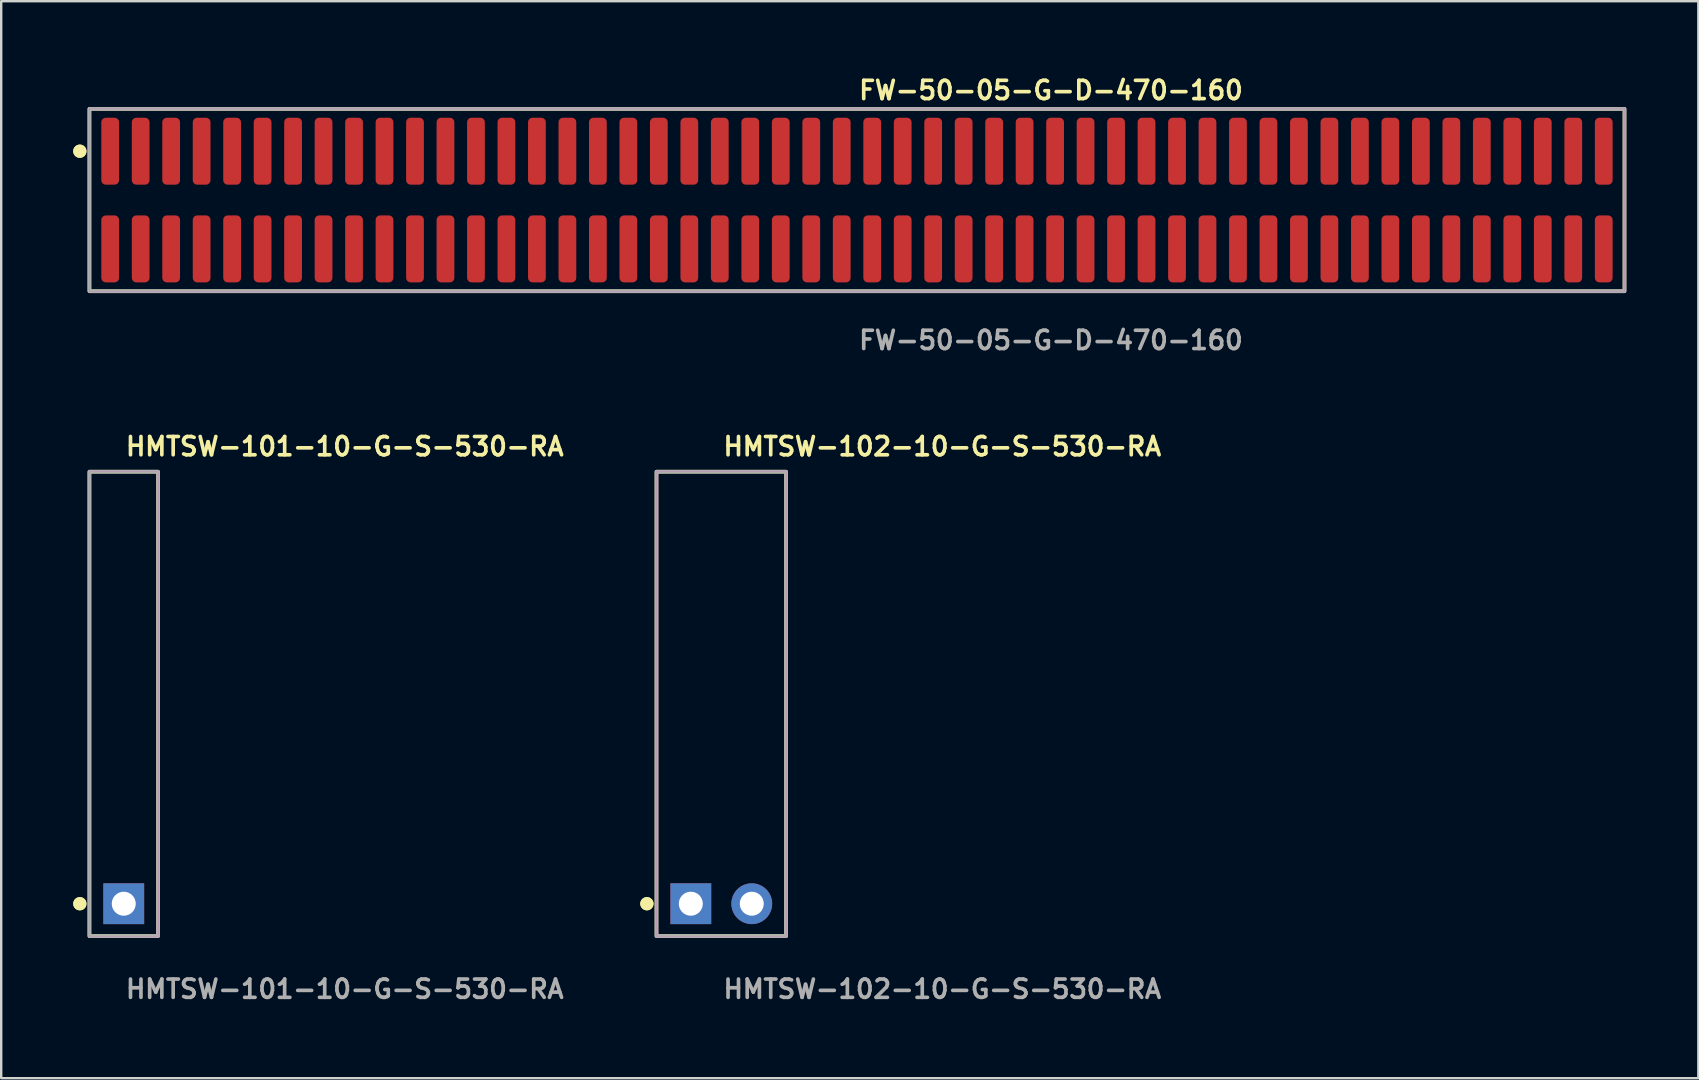
<source format=kicad_pcb>
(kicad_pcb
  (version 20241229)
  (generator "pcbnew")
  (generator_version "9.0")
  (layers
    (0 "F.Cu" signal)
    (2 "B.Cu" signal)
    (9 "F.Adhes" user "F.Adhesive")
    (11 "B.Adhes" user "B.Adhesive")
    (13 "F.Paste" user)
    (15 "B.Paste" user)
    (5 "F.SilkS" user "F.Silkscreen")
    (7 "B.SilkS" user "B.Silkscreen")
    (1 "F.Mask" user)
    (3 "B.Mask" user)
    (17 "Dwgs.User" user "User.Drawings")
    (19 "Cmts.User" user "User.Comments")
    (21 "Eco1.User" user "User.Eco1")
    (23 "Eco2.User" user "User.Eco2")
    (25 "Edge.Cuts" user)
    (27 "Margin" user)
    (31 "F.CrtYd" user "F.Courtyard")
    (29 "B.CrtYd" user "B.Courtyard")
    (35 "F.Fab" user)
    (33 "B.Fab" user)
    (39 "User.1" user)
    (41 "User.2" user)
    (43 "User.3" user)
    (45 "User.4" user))
  (footprint "HMTSW-101-10-G-S-530-RA"
    (layer "F.Cu")
    (at 2.106 34.604)
    (property "Reference" "HMTSW-101-10-G-S-530-RA" (at 0 -19.05 0) (unlocked yes) (layer "F.SilkS") (effects (font (size 0.762 0.762) (thickness 0.152)) (justify left)))
    (fp_rect (start -1.43 1.35) (end 1.43 -18) (stroke (width 0.152) (type solid)) (fill no) (layer "F.SilkS"))
    (fp_circle (center -1.83 0) (end -2.03 0) (stroke (width 0.152) (type solid)) (fill yes) (layer "F.SilkS"))
    (fp_circle (center -1.83 0) (end -2.03 0) (stroke (width 0.152) (type solid)) (fill yes) (layer "F.SilkS"))
    (fp_rect (start -1.43 1.35) (end 1.43 -18) (stroke (width 0.006) (type solid)) (fill no) (layer "F.CrtYd"))
    (fp_rect (start -1.43 1.35) (end 1.43 -18) (stroke (width 0.152) (type solid)) (fill no) (layer "F.Fab"))
    (fp_text user "${REFERENCE}" (at 0 3.556 0) (unlocked yes) (layer "F.Fab") (effects (font (size 0.762 0.762) (thickness 0.152)) (justify left)))
    (pad "1" thru_hole rect (at 0 0) (size 1.7 1.7) (drill 1) (layers "*.Cu" "*.Mask")))
  (footprint "FW-50-05-G-D-470-160"
    (layer "F.Cu")
    (at 32.656 5.285)
    (property "Reference" "FW-50-05-G-D-470-160" (at 0 -4.572 0) (unlocked yes) (layer "F.SilkS") (effects (font (size 0.762 0.762) (thickness 0.152)) (justify left)))
    (fp_rect (start -31.98 3.8) (end 31.98 -3.8) (stroke (width 0.152) (type solid)) (fill no) (layer "F.SilkS"))
    (fp_circle (center -32.38 -2.035) (end -32.58 -2.035) (stroke (width 0.152) (type solid)) (fill yes) (layer "F.SilkS"))
    (fp_circle (center -32.38 -2.035) (end -32.58 -2.035) (stroke (width 0.152) (type solid)) (fill yes) (layer "F.SilkS"))
    (fp_rect (start -31.98 3.8) (end 31.98 -3.8) (stroke (width 0.006) (type solid)) (fill no) (layer "F.CrtYd"))
    (fp_rect (start -31.98 3.8) (end 31.98 -3.8) (stroke (width 0.152) (type solid)) (fill no) (layer "F.Fab"))
    (fp_text user "${REFERENCE}" (at 0 5.842 0) (unlocked yes) (layer "F.Fab") (effects (font (size 0.762 0.762) (thickness 0.152)) (justify left)))
    (pad "1" smd roundrect (at -31.115 -2.035) (size 0.74 2.79) (layers "F.Cu" "F.Paste") (roundrect_rratio 0.25))
    (pad "2" smd roundrect (at -31.115 2.035) (size 0.74 2.79) (layers "F.Cu" "F.Paste") (roundrect_rratio 0.25))
    (pad "3" smd roundrect (at -29.845 -2.035) (size 0.74 2.79) (layers "F.Cu" "F.Paste") (roundrect_rratio 0.25))
    (pad "4" smd roundrect (at -29.845 2.035) (size 0.74 2.79) (layers "F.Cu" "F.Paste") (roundrect_rratio 0.25))
    (pad "5" smd roundrect (at -28.575 -2.035) (size 0.74 2.79) (layers "F.Cu" "F.Paste") (roundrect_rratio 0.25))
    (pad "6" smd roundrect (at -28.575 2.035) (size 0.74 2.79) (layers "F.Cu" "F.Paste") (roundrect_rratio 0.25))
    (pad "7" smd roundrect (at -27.305 -2.035) (size 0.74 2.79) (layers "F.Cu" "F.Paste") (roundrect_rratio 0.25))
    (pad "8" smd roundrect (at -27.305 2.035) (size 0.74 2.79) (layers "F.Cu" "F.Paste") (roundrect_rratio 0.25))
    (pad "9" smd roundrect (at -26.035 -2.035) (size 0.74 2.79) (layers "F.Cu" "F.Paste") (roundrect_rratio 0.25))
    (pad "10" smd roundrect (at -26.035 2.035) (size 0.74 2.79) (layers "F.Cu" "F.Paste") (roundrect_rratio 0.25))
    (pad "11" smd roundrect (at -24.765 -2.035) (size 0.74 2.79) (layers "F.Cu" "F.Paste") (roundrect_rratio 0.25))
    (pad "12" smd roundrect (at -24.765 2.035) (size 0.74 2.79) (layers "F.Cu" "F.Paste") (roundrect_rratio 0.25))
    (pad "13" smd roundrect (at -23.495 -2.035) (size 0.74 2.79) (layers "F.Cu" "F.Paste") (roundrect_rratio 0.25))
    (pad "14" smd roundrect (at -23.495 2.035) (size 0.74 2.79) (layers "F.Cu" "F.Paste") (roundrect_rratio 0.25))
    (pad "15" smd roundrect (at -22.225 -2.035) (size 0.74 2.79) (layers "F.Cu" "F.Paste") (roundrect_rratio 0.25))
    (pad "16" smd roundrect (at -22.225 2.035) (size 0.74 2.79) (layers "F.Cu" "F.Paste") (roundrect_rratio 0.25))
    (pad "17" smd roundrect (at -20.955 -2.035) (size 0.74 2.79) (layers "F.Cu" "F.Paste") (roundrect_rratio 0.25))
    (pad "18" smd roundrect (at -20.955 2.035) (size 0.74 2.79) (layers "F.Cu" "F.Paste") (roundrect_rratio 0.25))
    (pad "19" smd roundrect (at -19.685 -2.035) (size 0.74 2.79) (layers "F.Cu" "F.Paste") (roundrect_rratio 0.25))
    (pad "20" smd roundrect (at -19.685 2.035) (size 0.74 2.79) (layers "F.Cu" "F.Paste") (roundrect_rratio 0.25))
    (pad "21" smd roundrect (at -18.415 -2.035) (size 0.74 2.79) (layers "F.Cu" "F.Paste") (roundrect_rratio 0.25))
    (pad "22" smd roundrect (at -18.415 2.035) (size 0.74 2.79) (layers "F.Cu" "F.Paste") (roundrect_rratio 0.25))
    (pad "23" smd roundrect (at -17.145 -2.035) (size 0.74 2.79) (layers "F.Cu" "F.Paste") (roundrect_rratio 0.25))
    (pad "24" smd roundrect (at -17.145 2.035) (size 0.74 2.79) (layers "F.Cu" "F.Paste") (roundrect_rratio 0.25))
    (pad "25" smd roundrect (at -15.875 -2.035) (size 0.74 2.79) (layers "F.Cu" "F.Paste") (roundrect_rratio 0.25))
    (pad "26" smd roundrect (at -15.875 2.035) (size 0.74 2.79) (layers "F.Cu" "F.Paste") (roundrect_rratio 0.25))
    (pad "27" smd roundrect (at -14.605 -2.035) (size 0.74 2.79) (layers "F.Cu" "F.Paste") (roundrect_rratio 0.25))
    (pad "28" smd roundrect (at -14.605 2.035) (size 0.74 2.79) (layers "F.Cu" "F.Paste") (roundrect_rratio 0.25))
    (pad "29" smd roundrect (at -13.335 -2.035) (size 0.74 2.79) (layers "F.Cu" "F.Paste") (roundrect_rratio 0.25))
    (pad "30" smd roundrect (at -13.335 2.035) (size 0.74 2.79) (layers "F.Cu" "F.Paste") (roundrect_rratio 0.25))
    (pad "31" smd roundrect (at -12.065 -2.035) (size 0.74 2.79) (layers "F.Cu" "F.Paste") (roundrect_rratio 0.25))
    (pad "32" smd roundrect (at -12.065 2.035) (size 0.74 2.79) (layers "F.Cu" "F.Paste") (roundrect_rratio 0.25))
    (pad "33" smd roundrect (at -10.795 -2.035) (size 0.74 2.79) (layers "F.Cu" "F.Paste") (roundrect_rratio 0.25))
    (pad "34" smd roundrect (at -10.795 2.035) (size 0.74 2.79) (layers "F.Cu" "F.Paste") (roundrect_rratio 0.25))
    (pad "35" smd roundrect (at -9.525 -2.035) (size 0.74 2.79) (layers "F.Cu" "F.Paste") (roundrect_rratio 0.25))
    (pad "36" smd roundrect (at -9.525 2.035) (size 0.74 2.79) (layers "F.Cu" "F.Paste") (roundrect_rratio 0.25))
    (pad "37" smd roundrect (at -8.255 -2.035) (size 0.74 2.79) (layers "F.Cu" "F.Paste") (roundrect_rratio 0.25))
    (pad "38" smd roundrect (at -8.255 2.035) (size 0.74 2.79) (layers "F.Cu" "F.Paste") (roundrect_rratio 0.25))
    (pad "39" smd roundrect (at -6.985 -2.035) (size 0.74 2.79) (layers "F.Cu" "F.Paste") (roundrect_rratio 0.25))
    (pad "40" smd roundrect (at -6.985 2.035) (size 0.74 2.79) (layers "F.Cu" "F.Paste") (roundrect_rratio 0.25))
    (pad "41" smd roundrect (at -5.715 -2.035) (size 0.74 2.79) (layers "F.Cu" "F.Paste") (roundrect_rratio 0.25))
    (pad "42" smd roundrect (at -5.715 2.035) (size 0.74 2.79) (layers "F.Cu" "F.Paste") (roundrect_rratio 0.25))
    (pad "43" smd roundrect (at -4.445 -2.035) (size 0.74 2.79) (layers "F.Cu" "F.Paste") (roundrect_rratio 0.25))
    (pad "44" smd roundrect (at -4.445 2.035) (size 0.74 2.79) (layers "F.Cu" "F.Paste") (roundrect_rratio 0.25))
    (pad "45" smd roundrect (at -3.175 -2.035) (size 0.74 2.79) (layers "F.Cu" "F.Paste") (roundrect_rratio 0.25))
    (pad "46" smd roundrect (at -3.175 2.035) (size 0.74 2.79) (layers "F.Cu" "F.Paste") (roundrect_rratio 0.25))
    (pad "47" smd roundrect (at -1.905 -2.035) (size 0.74 2.79) (layers "F.Cu" "F.Paste") (roundrect_rratio 0.25))
    (pad "48" smd roundrect (at -1.905 2.035) (size 0.74 2.79) (layers "F.Cu" "F.Paste") (roundrect_rratio 0.25))
    (pad "49" smd roundrect (at -0.635 -2.035) (size 0.74 2.79) (layers "F.Cu" "F.Paste") (roundrect_rratio 0.25))
    (pad "50" smd roundrect (at -0.635 2.035) (size 0.74 2.79) (layers "F.Cu" "F.Paste") (roundrect_rratio 0.25))
    (pad "51" smd roundrect (at 0.635 -2.035) (size 0.74 2.79) (layers "F.Cu" "F.Paste") (roundrect_rratio 0.25))
    (pad "52" smd roundrect (at 0.635 2.035) (size 0.74 2.79) (layers "F.Cu" "F.Paste") (roundrect_rratio 0.25))
    (pad "53" smd roundrect (at 1.905 -2.035) (size 0.74 2.79) (layers "F.Cu" "F.Paste") (roundrect_rratio 0.25))
    (pad "54" smd roundrect (at 1.905 2.035) (size 0.74 2.79) (layers "F.Cu" "F.Paste") (roundrect_rratio 0.25))
    (pad "55" smd roundrect (at 3.175 -2.035) (size 0.74 2.79) (layers "F.Cu" "F.Paste") (roundrect_rratio 0.25))
    (pad "56" smd roundrect (at 3.175 2.035) (size 0.74 2.79) (layers "F.Cu" "F.Paste") (roundrect_rratio 0.25))
    (pad "57" smd roundrect (at 4.445 -2.035) (size 0.74 2.79) (layers "F.Cu" "F.Paste") (roundrect_rratio 0.25))
    (pad "58" smd roundrect (at 4.445 2.035) (size 0.74 2.79) (layers "F.Cu" "F.Paste") (roundrect_rratio 0.25))
    (pad "59" smd roundrect (at 5.715 -2.035) (size 0.74 2.79) (layers "F.Cu" "F.Paste") (roundrect_rratio 0.25))
    (pad "60" smd roundrect (at 5.715 2.035) (size 0.74 2.79) (layers "F.Cu" "F.Paste") (roundrect_rratio 0.25))
    (pad "61" smd roundrect (at 6.985 -2.035) (size 0.74 2.79) (layers "F.Cu" "F.Paste") (roundrect_rratio 0.25))
    (pad "62" smd roundrect (at 6.985 2.035) (size 0.74 2.79) (layers "F.Cu" "F.Paste") (roundrect_rratio 0.25))
    (pad "63" smd roundrect (at 8.255 -2.035) (size 0.74 2.79) (layers "F.Cu" "F.Paste") (roundrect_rratio 0.25))
    (pad "64" smd roundrect (at 8.255 2.035) (size 0.74 2.79) (layers "F.Cu" "F.Paste") (roundrect_rratio 0.25))
    (pad "65" smd roundrect (at 9.525 -2.035) (size 0.74 2.79) (layers "F.Cu" "F.Paste") (roundrect_rratio 0.25))
    (pad "66" smd roundrect (at 9.525 2.035) (size 0.74 2.79) (layers "F.Cu" "F.Paste") (roundrect_rratio 0.25))
    (pad "67" smd roundrect (at 10.795 -2.035) (size 0.74 2.79) (layers "F.Cu" "F.Paste") (roundrect_rratio 0.25))
    (pad "68" smd roundrect (at 10.795 2.035) (size 0.74 2.79) (layers "F.Cu" "F.Paste") (roundrect_rratio 0.25))
    (pad "69" smd roundrect (at 12.065 -2.035) (size 0.74 2.79) (layers "F.Cu" "F.Paste") (roundrect_rratio 0.25))
    (pad "70" smd roundrect (at 12.065 2.035) (size 0.74 2.79) (layers "F.Cu" "F.Paste") (roundrect_rratio 0.25))
    (pad "71" smd roundrect (at 13.335 -2.035) (size 0.74 2.79) (layers "F.Cu" "F.Paste") (roundrect_rratio 0.25))
    (pad "72" smd roundrect (at 13.335 2.035) (size 0.74 2.79) (layers "F.Cu" "F.Paste") (roundrect_rratio 0.25))
    (pad "73" smd roundrect (at 14.605 -2.035) (size 0.74 2.79) (layers "F.Cu" "F.Paste") (roundrect_rratio 0.25))
    (pad "74" smd roundrect (at 14.605 2.035) (size 0.74 2.79) (layers "F.Cu" "F.Paste") (roundrect_rratio 0.25))
    (pad "75" smd roundrect (at 15.875 -2.035) (size 0.74 2.79) (layers "F.Cu" "F.Paste") (roundrect_rratio 0.25))
    (pad "76" smd roundrect (at 15.875 2.035) (size 0.74 2.79) (layers "F.Cu" "F.Paste") (roundrect_rratio 0.25))
    (pad "77" smd roundrect (at 17.145 -2.035) (size 0.74 2.79) (layers "F.Cu" "F.Paste") (roundrect_rratio 0.25))
    (pad "78" smd roundrect (at 17.145 2.035) (size 0.74 2.79) (layers "F.Cu" "F.Paste") (roundrect_rratio 0.25))
    (pad "79" smd roundrect (at 18.415 -2.035) (size 0.74 2.79) (layers "F.Cu" "F.Paste") (roundrect_rratio 0.25))
    (pad "80" smd roundrect (at 18.415 2.035) (size 0.74 2.79) (layers "F.Cu" "F.Paste") (roundrect_rratio 0.25))
    (pad "81" smd roundrect (at 19.685 -2.035) (size 0.74 2.79) (layers "F.Cu" "F.Paste") (roundrect_rratio 0.25))
    (pad "82" smd roundrect (at 19.685 2.035) (size 0.74 2.79) (layers "F.Cu" "F.Paste") (roundrect_rratio 0.25))
    (pad "83" smd roundrect (at 20.955 -2.035) (size 0.74 2.79) (layers "F.Cu" "F.Paste") (roundrect_rratio 0.25))
    (pad "84" smd roundrect (at 20.955 2.035) (size 0.74 2.79) (layers "F.Cu" "F.Paste") (roundrect_rratio 0.25))
    (pad "85" smd roundrect (at 22.225 -2.035) (size 0.74 2.79) (layers "F.Cu" "F.Paste") (roundrect_rratio 0.25))
    (pad "86" smd roundrect (at 22.225 2.035) (size 0.74 2.79) (layers "F.Cu" "F.Paste") (roundrect_rratio 0.25))
    (pad "87" smd roundrect (at 23.495 -2.035) (size 0.74 2.79) (layers "F.Cu" "F.Paste") (roundrect_rratio 0.25))
    (pad "88" smd roundrect (at 23.495 2.035) (size 0.74 2.79) (layers "F.Cu" "F.Paste") (roundrect_rratio 0.25))
    (pad "89" smd roundrect (at 24.765 -2.035) (size 0.74 2.79) (layers "F.Cu" "F.Paste") (roundrect_rratio 0.25))
    (pad "90" smd roundrect (at 24.765 2.035) (size 0.74 2.79) (layers "F.Cu" "F.Paste") (roundrect_rratio 0.25))
    (pad "91" smd roundrect (at 26.035 -2.035) (size 0.74 2.79) (layers "F.Cu" "F.Paste") (roundrect_rratio 0.25))
    (pad "92" smd roundrect (at 26.035 2.035) (size 0.74 2.79) (layers "F.Cu" "F.Paste") (roundrect_rratio 0.25))
    (pad "93" smd roundrect (at 27.305 -2.035) (size 0.74 2.79) (layers "F.Cu" "F.Paste") (roundrect_rratio 0.25))
    (pad "94" smd roundrect (at 27.305 2.035) (size 0.74 2.79) (layers "F.Cu" "F.Paste") (roundrect_rratio 0.25))
    (pad "95" smd roundrect (at 28.575 -2.035) (size 0.74 2.79) (layers "F.Cu" "F.Paste") (roundrect_rratio 0.25))
    (pad "96" smd roundrect (at 28.575 2.035) (size 0.74 2.79) (layers "F.Cu" "F.Paste") (roundrect_rratio 0.25))
    (pad "97" smd roundrect (at 29.845 -2.035) (size 0.74 2.79) (layers "F.Cu" "F.Paste") (roundrect_rratio 0.25))
    (pad "98" smd roundrect (at 29.845 2.035) (size 0.74 2.79) (layers "F.Cu" "F.Paste") (roundrect_rratio 0.25))
    (pad "99" smd roundrect (at 31.115 -2.035) (size 0.74 2.79) (layers "F.Cu" "F.Paste") (roundrect_rratio 0.25))
    (pad "100" smd roundrect (at 31.115 2.035) (size 0.74 2.79) (layers "F.Cu" "F.Paste") (roundrect_rratio 0.25)))
  (footprint "HMTSW-102-10-G-S-530-RA"
    (layer "F.Cu")
    (at 27.003 34.604)
    (property "Reference" "HMTSW-102-10-G-S-530-RA" (at 0 -19.05 0) (unlocked yes) (layer "F.SilkS") (effects (font (size 0.762 0.762) (thickness 0.152)) (justify left)))
    (fp_rect (start -2.7 1.35) (end 2.7 -18) (stroke (width 0.152) (type solid)) (fill no) (layer "F.SilkS"))
    (fp_circle (center -3.1 0) (end -3.3 0) (stroke (width 0.152) (type solid)) (fill yes) (layer "F.SilkS"))
    (fp_circle (center -3.1 0) (end -3.3 0) (stroke (width 0.152) (type solid)) (fill yes) (layer "F.SilkS"))
    (fp_rect (start -2.7 1.35) (end 2.7 -18) (stroke (width 0.006) (type solid)) (fill no) (layer "F.CrtYd"))
    (fp_rect (start -2.7 1.35) (end 2.7 -18) (stroke (width 0.152) (type solid)) (fill no) (layer "F.Fab"))
    (fp_text user "${REFERENCE}" (at 0 3.556 0) (unlocked yes) (layer "F.Fab") (effects (font (size 0.762 0.762) (thickness 0.152)) (justify left)))
    (pad "1" thru_hole rect (at -1.27 0) (size 1.7 1.7) (drill 1) (layers "*.Cu" "*.Mask"))
    (pad "2" thru_hole circle (at 1.27 0) (size 1.7 1.7) (drill 1) (layers "*.Cu" "*.Mask")))
  (gr_rect
    (start -3 -3)
    (end 67.712 41.873)
    (stroke (width 0.1) (type default))
    (fill no)
    (layer "Edge.Cuts")))
</source>
